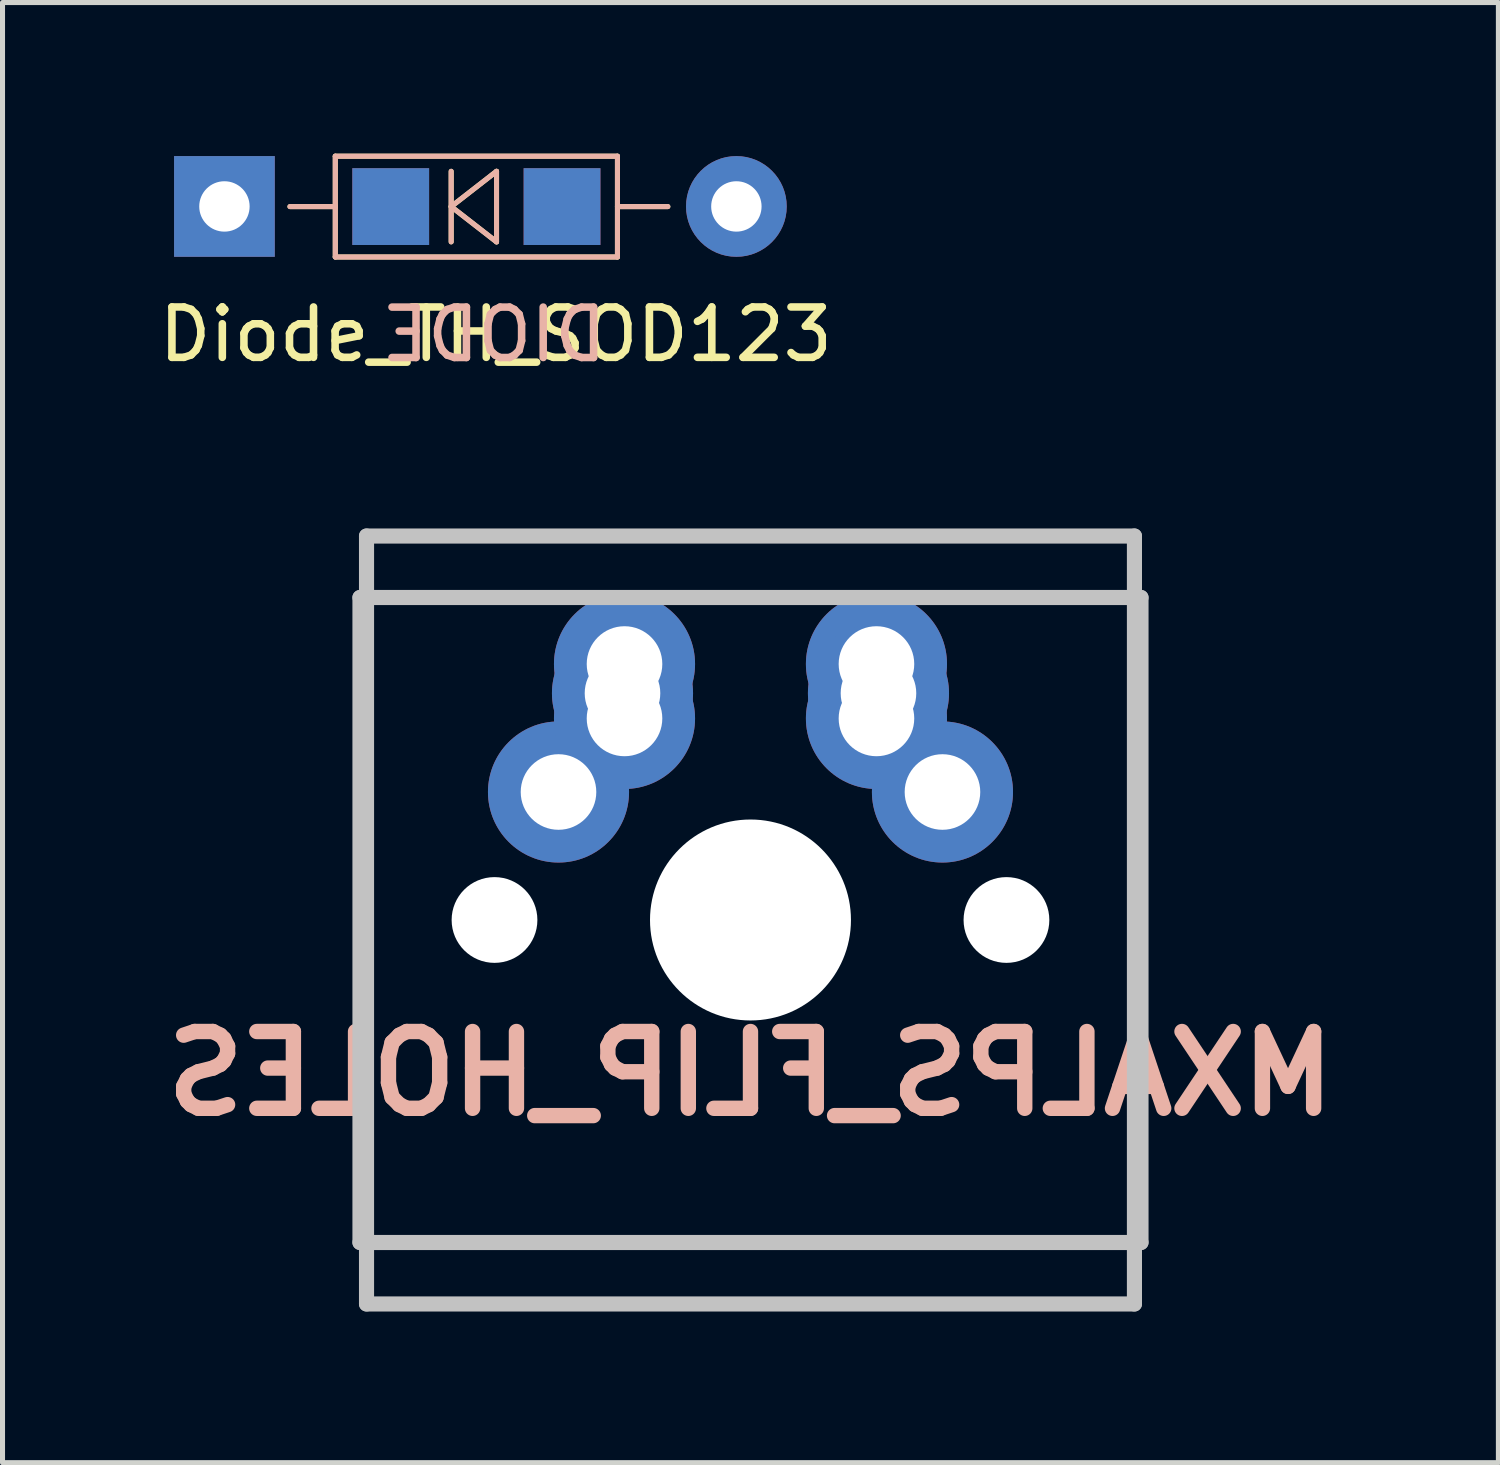
<source format=kicad_pcb>
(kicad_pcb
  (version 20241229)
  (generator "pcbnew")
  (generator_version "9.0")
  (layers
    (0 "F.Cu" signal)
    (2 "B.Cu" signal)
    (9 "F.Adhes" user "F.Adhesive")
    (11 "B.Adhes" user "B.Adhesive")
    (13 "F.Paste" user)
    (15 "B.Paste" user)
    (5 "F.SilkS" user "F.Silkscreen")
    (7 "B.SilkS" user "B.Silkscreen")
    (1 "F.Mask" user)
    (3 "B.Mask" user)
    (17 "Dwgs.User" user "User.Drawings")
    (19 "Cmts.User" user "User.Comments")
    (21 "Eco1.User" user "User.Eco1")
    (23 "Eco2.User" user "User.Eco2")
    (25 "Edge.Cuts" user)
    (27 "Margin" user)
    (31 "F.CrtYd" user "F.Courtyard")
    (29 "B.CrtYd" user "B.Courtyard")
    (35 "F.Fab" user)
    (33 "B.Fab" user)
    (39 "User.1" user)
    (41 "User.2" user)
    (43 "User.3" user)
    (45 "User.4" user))
  (footprint "MXALPS_FLIP_HOLES"
    (layer "F.Cu")
    (at 11.844 15.208)
    (property "Reference" "MXALPS_FLIP_HOLES" (at 0 3.048 0) (layer "B.SilkS") (effects (font (size 1.524 1.524) (thickness 0.305)) (justify mirror)))
    (attr through_hole)
    (fp_line (start -7.75 6.4) (end -7.75 -6.4) (stroke (width 0.3) (type solid)) (layer "Dwgs.User"))
    (fp_line (start -7.75 6.4) (end 7.75 6.4) (stroke (width 0.3) (type solid)) (layer "Dwgs.User"))
    (fp_line (start -7.62 -7.62) (end 7.62 -7.62) (stroke (width 0.3) (type solid)) (layer "Dwgs.User"))
    (fp_line (start -7.62 7.62) (end -7.62 -7.62) (stroke (width 0.3) (type solid)) (layer "Dwgs.User"))
    (fp_line (start 7.62 -7.62) (end 7.62 7.62) (stroke (width 0.3) (type solid)) (layer "Dwgs.User"))
    (fp_line (start 7.62 7.62) (end -7.62 7.62) (stroke (width 0.3) (type solid)) (layer "Dwgs.User"))
    (fp_line (start 7.75 -6.4) (end -7.75 -6.4) (stroke (width 0.3) (type solid)) (layer "Dwgs.User"))
    (fp_line (start 7.75 6.4) (end 7.75 -6.4) (stroke (width 0.3) (type solid)) (layer "Dwgs.User"))
    (pad "" np_thru_hole circle (at -5.08 0) (size 1.702 1.702) (drill 1.702) (layers "*.Cu" "*.Mask"))
    (pad "" np_thru_hole circle (at 0 0) (size 3.988 3.988) (drill 3.988) (layers "*.Cu" "*.Mask"))
    (pad "" np_thru_hole circle (at 5.08 0) (size 1.702 1.702) (drill 1.702) (layers "*.Cu" "*.Mask"))
    (pad "1" thru_hole circle (at -3.81 -2.54) (size 2.8 2.8) (drill 1.5) (layers "*.Cu" "*.Mask"))
    (pad "1" thru_hole circle (at -2.54 -4.5) (size 2.8 2.8) (drill 1.5) (layers "*.Cu" "*.Mask"))
    (pad "1" thru_hole circle (at -2.5 -5.08) (size 2.8 2.8) (drill 1.5) (layers "*.Cu" "*.Mask"))
    (pad "1" thru_hole circle (at -2.5 -4) (size 2.8 2.8) (drill 1.5) (layers "*.Cu" "*.Mask"))
    (pad "2" thru_hole circle (at 2.5 -5.08) (size 2.8 2.8) (drill 1.5) (layers "*.Cu" "*.Mask"))
    (pad "2" thru_hole circle (at 2.5 -4) (size 2.8 2.8) (drill 1.5) (layers "*.Cu" "*.Mask"))
    (pad "2" thru_hole circle (at 2.54 -4.5) (size 2.8 2.8) (drill 1.5) (layers "*.Cu" "*.Mask"))
    (pad "2" thru_hole circle (at 3.81 -2.54) (size 2.8 2.8) (drill 1.5) (layers "*.Cu" "*.Mask")))
  (footprint "Diode_TH_SOD123"
    (layer "F.Cu")
    (at 1.404 1.05)
    (property "Reference" "Diode_TH_SOD123" (at 5.387 2.537 0) (layer "F.SilkS") (effects (font (size 1 1) (thickness 0.15))))
    (attr through_hole)
    (fp_line (start 1.3 0) (end 2.2 0) (stroke (width 0.1) (type solid)) (layer "F.SilkS"))
    (fp_line (start 2.2 -1) (end 7.8 -1) (stroke (width 0.1) (type solid)) (layer "F.SilkS"))
    (fp_line (start 2.2 1) (end 2.2 -1) (stroke (width 0.1) (type solid)) (layer "F.SilkS"))
    (fp_line (start 4.5 -0.7) (end 4.5 0.7) (stroke (width 0.1) (type solid)) (layer "F.SilkS"))
    (fp_line (start 4.5 0) (end 5.4 -0.7) (stroke (width 0.1) (type solid)) (layer "F.SilkS"))
    (fp_line (start 5.4 -0.7) (end 5.4 0.7) (stroke (width 0.1) (type solid)) (layer "F.SilkS"))
    (fp_line (start 5.4 0.7) (end 4.5 0) (stroke (width 0.1) (type solid)) (layer "F.SilkS"))
    (fp_line (start 7.8 -1) (end 7.8 1) (stroke (width 0.1) (type solid)) (layer "F.SilkS"))
    (fp_line (start 7.8 0) (end 8.8 0) (stroke (width 0.1) (type solid)) (layer "F.SilkS"))
    (fp_line (start 7.8 1) (end 2.2 1) (stroke (width 0.1) (type solid)) (layer "F.SilkS"))
    (fp_line (start 2.2 -1) (end 7.8 -1) (stroke (width 0.1) (type solid)) (layer "B.SilkS"))
    (fp_line (start 2.2 0) (end 1.3 0) (stroke (width 0.1) (type solid)) (layer "B.SilkS"))
    (fp_line (start 2.2 1) (end 2.2 -1) (stroke (width 0.1) (type solid)) (layer "B.SilkS"))
    (fp_line (start 4.5 -0.7) (end 4.5 0.7) (stroke (width 0.1) (type solid)) (layer "B.SilkS"))
    (fp_line (start 4.5 0) (end 5.4 -0.7) (stroke (width 0.1) (type solid)) (layer "B.SilkS"))
    (fp_line (start 5.4 -0.7) (end 5.4 0.7) (stroke (width 0.1) (type solid)) (layer "B.SilkS"))
    (fp_line (start 5.4 0.7) (end 4.5 0) (stroke (width 0.1) (type solid)) (layer "B.SilkS"))
    (fp_line (start 7.8 -1) (end 7.8 1) (stroke (width 0.1) (type solid)) (layer "B.SilkS"))
    (fp_line (start 7.8 0) (end 8.8 0) (stroke (width 0.1) (type solid)) (layer "B.SilkS"))
    (fp_line (start 7.8 1) (end 2.2 1) (stroke (width 0.1) (type solid)) (layer "B.SilkS"))
    (fp_text user "DIODE" (at 5.35 2.54 0) (layer "B.SilkS") (effects (font (size 1 1) (thickness 0.15)) (justify mirror)))
    (pad "1" thru_hole rect (at 0 -0.003 180) (size 1.999 1.999) (drill 1) (layers "*.Cu" "*.Mask"))
    (pad "1" smd rect (at 3.3 0) (size 1.524 1.524) (layers "F.Cu" "F.Mask" "F.Paste"))
    (pad "1" smd rect (at 3.3 0) (size 1.524 1.524) (layers "B.Cu" "B.Mask" "B.Paste"))
    (pad "2" smd rect (at 6.7 0) (size 1.524 1.524) (layers "F.Cu" "F.Mask" "F.Paste"))
    (pad "2" smd rect (at 6.7 0) (size 1.524 1.524) (layers "B.Cu" "B.Mask" "B.Paste"))
    (pad "2" thru_hole circle (at 10.16 -0.003 180) (size 1.999 1.999) (drill 1) (layers "*.Cu" "*.Mask")))
  (gr_rect
    (start -3 -3)
    (end 26.687 25.978)
    (stroke (width 0.1) (type default))
    (fill no)
    (layer "Edge.Cuts")))
</source>
